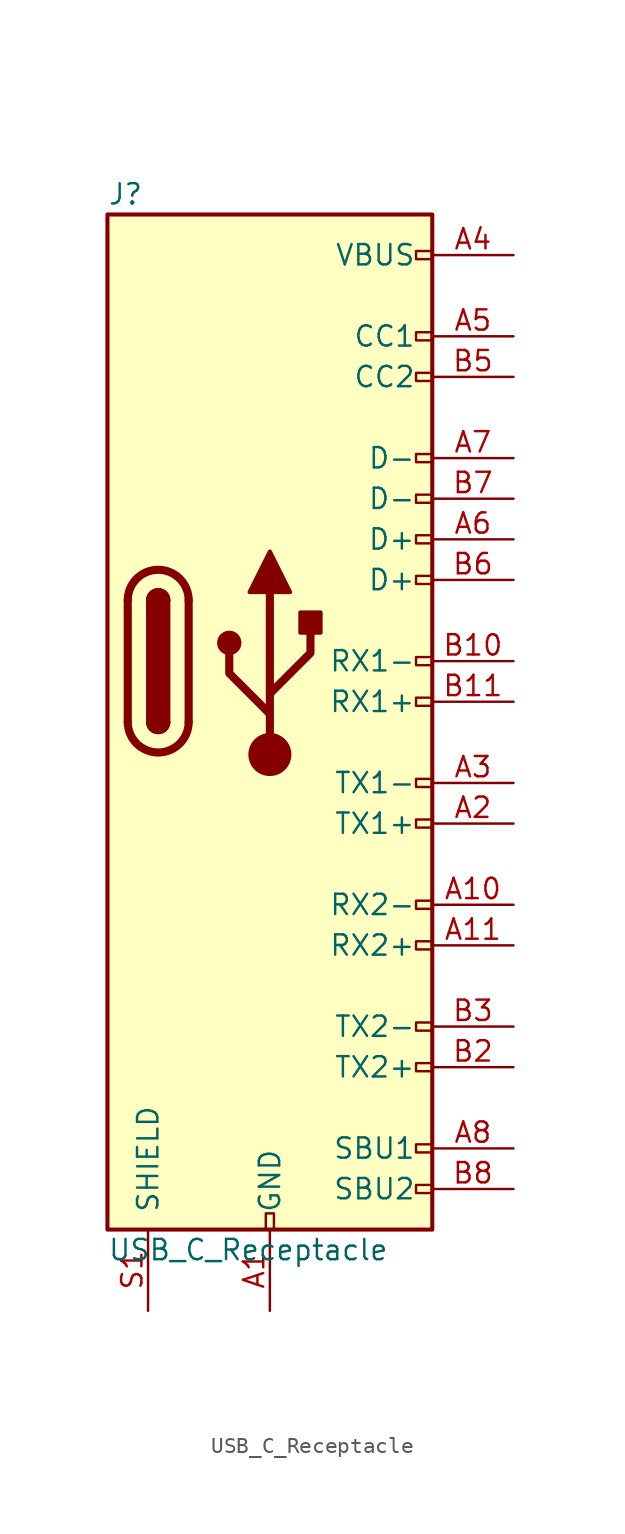
<source format=kicad_sym>
(kicad_symbol_lib
  (version 20220914)
  (generator kicad_symbol_editor)
  (symbol "USB_C_Receptacle"
    (pin_names
      (offset 1.016))
    (property "Reference" "J"
      (at 0 1.27 0)
      (effects (font (size 1.27 1.27)) (justify left)))
    (property "Value" "USB_C_Receptacle"
      (at 0 -64.77 0)
      (effects (font (size 1.27 1.27)) (justify left)))
    (symbol "USB_C_Receptacle_0_0"
      (rectangle (start 9.906 -63.5) (end 10.414 -62.484) (stroke (width 0) (type default)) (fill (type none)))
      (rectangle (start 20.32 -60.706) (end 19.304 -61.214) (stroke (width 0) (type default)) (fill (type none)))
      (rectangle (start 20.32 -58.166) (end 19.304 -58.674) (stroke (width 0) (type default)) (fill (type none)))
      (rectangle (start 20.32 -53.086) (end 19.304 -53.594) (stroke (width 0) (type default)) (fill (type none)))
      (rectangle (start 20.32 -50.546) (end 19.304 -51.054) (stroke (width 0) (type default)) (fill (type none)))
      (rectangle (start 20.32 -45.466) (end 19.304 -45.974) (stroke (width 0) (type default)) (fill (type none)))
      (rectangle (start 20.32 -42.926) (end 19.304 -43.434) (stroke (width 0) (type default)) (fill (type none)))
      (rectangle (start 20.32 -37.846) (end 19.304 -38.354) (stroke (width 0) (type default)) (fill (type none)))
      (rectangle (start 20.32 -35.306) (end 19.304 -35.814) (stroke (width 0) (type default)) (fill (type none)))
      (rectangle (start 20.32 -30.226) (end 19.304 -30.734) (stroke (width 0) (type default)) (fill (type none)))
      (rectangle (start 20.32 -27.686) (end 19.304 -28.194) (stroke (width 0) (type default)) (fill (type none)))
      (rectangle (start 20.32 -22.606) (end 19.304 -23.114) (stroke (width 0) (type default)) (fill (type none)))
      (rectangle (start 20.32 -20.066) (end 19.304 -20.574) (stroke (width 0) (type default)) (fill (type none)))
      (rectangle (start 20.32 -17.526) (end 19.304 -18.034) (stroke (width 0) (type default)) (fill (type none)))
      (rectangle (start 20.32 -14.986) (end 19.304 -15.494) (stroke (width 0) (type default)) (fill (type none)))
      (rectangle (start 20.32 -9.906) (end 19.304 -10.414) (stroke (width 0) (type default)) (fill (type none)))
      (rectangle (start 20.32 -7.366) (end 19.304 -7.874) (stroke (width 0) (type default)) (fill (type none)))
      (rectangle (start 20.32 -2.286) (end 19.304 -2.794) (stroke (width 0) (type default)) (fill (type none))))
    (symbol "USB_C_Receptacle_0_1"
      (polyline (pts (xy 1.27 -31.75) (xy 1.27 -24.13)) (stroke (width 0.508) (type default)) (fill (type none)))
      (polyline (pts (xy 5.08 -24.13) (xy 5.08 -31.75)) (stroke (width 0.508) (type default)) (fill (type none)))
      (rectangle (start 0 0) (end 20.32 -63.5) (stroke (width 0.254) (type default)) (fill (type background)))
      (arc (start 1.27 -31.75) (mid 3.175 -33.6467) (end 5.08 -31.75) (stroke (width 0.508) (type default)) (fill (type none)))
      (arc (start 2.54 -31.75) (mid 3.175 -32.3823) (end 3.81 -31.75) (stroke (width 0.254) (type default)) (fill (type none)))
      (arc (start 2.54 -31.75) (mid 3.175 -32.3823) (end 3.81 -31.75) (stroke (width 0.254) (type default)) (fill (type outline)))
      (rectangle (start 2.54 -31.75) (end 3.81 -24.13) (stroke (width 0.254) (type default)) (fill (type outline)))
      (arc (start 3.81 -24.13) (mid 3.175 -23.4977) (end 2.54 -24.13) (stroke (width 0.254) (type default)) (fill (type none)))
      (arc (start 3.81 -24.13) (mid 3.175 -23.4977) (end 2.54 -24.13) (stroke (width 0.254) (type default)) (fill (type outline)))
      (arc (start 5.08 -24.13) (mid 3.175 -22.2333) (end 1.27 -24.13) (stroke (width 0.508) (type default)) (fill (type none))))
    (symbol "USB_C_Receptacle_1_1"
      (polyline (pts (xy 10.16 -33.782) (xy 10.16 -23.622)) (stroke (width 0.508) (type default)) (fill (type none)))
      (polyline (pts (xy 10.16 -31.242) (xy 7.62 -28.702) (xy 7.62 -27.432)) (stroke (width 0.508) (type default)) (fill (type none)))
      (polyline (pts (xy 10.16 -29.972) (xy 12.7 -27.432) (xy 12.7 -26.162)) (stroke (width 0.508) (type default)) (fill (type none)))
      (polyline (pts (xy 8.89 -23.622) (xy 10.16 -21.082) (xy 11.43 -23.622) (xy 8.89 -23.622)) (stroke (width 0.254) (type default)) (fill (type outline)))
      (circle (center 7.62 -26.797) (radius 0.635) (stroke (width 0.254) (type default)) (fill (type outline)))
      (circle (center 10.16 -33.782) (radius 1.27) (stroke (width 0) (type default)) (fill (type outline)))
      (rectangle (start 12.065 -26.162) (end 13.335 -24.892) (stroke (width 0.254) (type default)) (fill (type outline)))
      (pin passive line (at 10.16 -68.58 90) (length 5.08) (name "GND" (effects (font (size 1.27 1.27)))) (number "A1" (effects (font (size 1.27 1.27)))))
      (pin bidirectional line (at 25.4 -43.18 180) (length 5.08) (name "RX2-" (effects (font (size 1.27 1.27)))) (number "A10" (effects (font (size 1.27 1.27)))))
      (pin bidirectional line (at 25.4 -45.72 180) (length 5.08) (name "RX2+" (effects (font (size 1.27 1.27)))) (number "A11" (effects (font (size 1.27 1.27)))))
      (pin passive line (at 10.16 -68.58 90) (length 5.08) hide (name "GND" (effects (font (size 1.27 1.27)))) (number "A12" (effects (font (size 1.27 1.27)))))
      (pin bidirectional line (at 25.4 -38.1 180) (length 5.08) (name "TX1+" (effects (font (size 1.27 1.27)))) (number "A2" (effects (font (size 1.27 1.27)))))
      (pin bidirectional line (at 25.4 -35.56 180) (length 5.08) (name "TX1-" (effects (font (size 1.27 1.27)))) (number "A3" (effects (font (size 1.27 1.27)))))
      (pin passive line (at 25.4 -2.54 180) (length 5.08) (name "VBUS" (effects (font (size 1.27 1.27)))) (number "A4" (effects (font (size 1.27 1.27)))))
      (pin bidirectional line (at 25.4 -7.62 180) (length 5.08) (name "CC1" (effects (font (size 1.27 1.27)))) (number "A5" (effects (font (size 1.27 1.27)))))
      (pin bidirectional line (at 25.4 -20.32 180) (length 5.08) (name "D+" (effects (font (size 1.27 1.27)))) (number "A6" (effects (font (size 1.27 1.27)))))
      (pin bidirectional line (at 25.4 -15.24 180) (length 5.08) (name "D-" (effects (font (size 1.27 1.27)))) (number "A7" (effects (font (size 1.27 1.27)))))
      (pin bidirectional line (at 25.4 -58.42 180) (length 5.08) (name "SBU1" (effects (font (size 1.27 1.27)))) (number "A8" (effects (font (size 1.27 1.27)))))
      (pin passive line (at 25.4 -2.54 180) (length 5.08) hide (name "VBUS" (effects (font (size 1.27 1.27)))) (number "A9" (effects (font (size 1.27 1.27)))))
      (pin passive line (at 10.16 -68.58 90) (length 5.08) hide (name "GND" (effects (font (size 1.27 1.27)))) (number "B1" (effects (font (size 1.27 1.27)))))
      (pin bidirectional line (at 25.4 -27.94 180) (length 5.08) (name "RX1-" (effects (font (size 1.27 1.27)))) (number "B10" (effects (font (size 1.27 1.27)))))
      (pin bidirectional line (at 25.4 -30.48 180) (length 5.08) (name "RX1+" (effects (font (size 1.27 1.27)))) (number "B11" (effects (font (size 1.27 1.27)))))
      (pin passive line (at 10.16 -68.58 90) (length 5.08) hide (name "GND" (effects (font (size 1.27 1.27)))) (number "B12" (effects (font (size 1.27 1.27)))))
      (pin bidirectional line (at 25.4 -53.34 180) (length 5.08) (name "TX2+" (effects (font (size 1.27 1.27)))) (number "B2" (effects (font (size 1.27 1.27)))))
      (pin bidirectional line (at 25.4 -50.8 180) (length 5.08) (name "TX2-" (effects (font (size 1.27 1.27)))) (number "B3" (effects (font (size 1.27 1.27)))))
      (pin passive line (at 25.4 -2.54 180) (length 5.08) hide (name "VBUS" (effects (font (size 1.27 1.27)))) (number "B4" (effects (font (size 1.27 1.27)))))
      (pin bidirectional line (at 25.4 -10.16 180) (length 5.08) (name "CC2" (effects (font (size 1.27 1.27)))) (number "B5" (effects (font (size 1.27 1.27)))))
      (pin bidirectional line (at 25.4 -22.86 180) (length 5.08) (name "D+" (effects (font (size 1.27 1.27)))) (number "B6" (effects (font (size 1.27 1.27)))))
      (pin bidirectional line (at 25.4 -17.78 180) (length 5.08) (name "D-" (effects (font (size 1.27 1.27)))) (number "B7" (effects (font (size 1.27 1.27)))))
      (pin bidirectional line (at 25.4 -60.96 180) (length 5.08) (name "SBU2" (effects (font (size 1.27 1.27)))) (number "B8" (effects (font (size 1.27 1.27)))))
      (pin passive line (at 25.4 -2.54 180) (length 5.08) hide (name "VBUS" (effects (font (size 1.27 1.27)))) (number "B9" (effects (font (size 1.27 1.27)))))
      (pin passive line (at 2.54 -68.58 90) (length 5.08) (name "SHIELD" (effects (font (size 1.27 1.27)))) (number "S1" (effects (font (size 1.27 1.27))))))))
</source>
